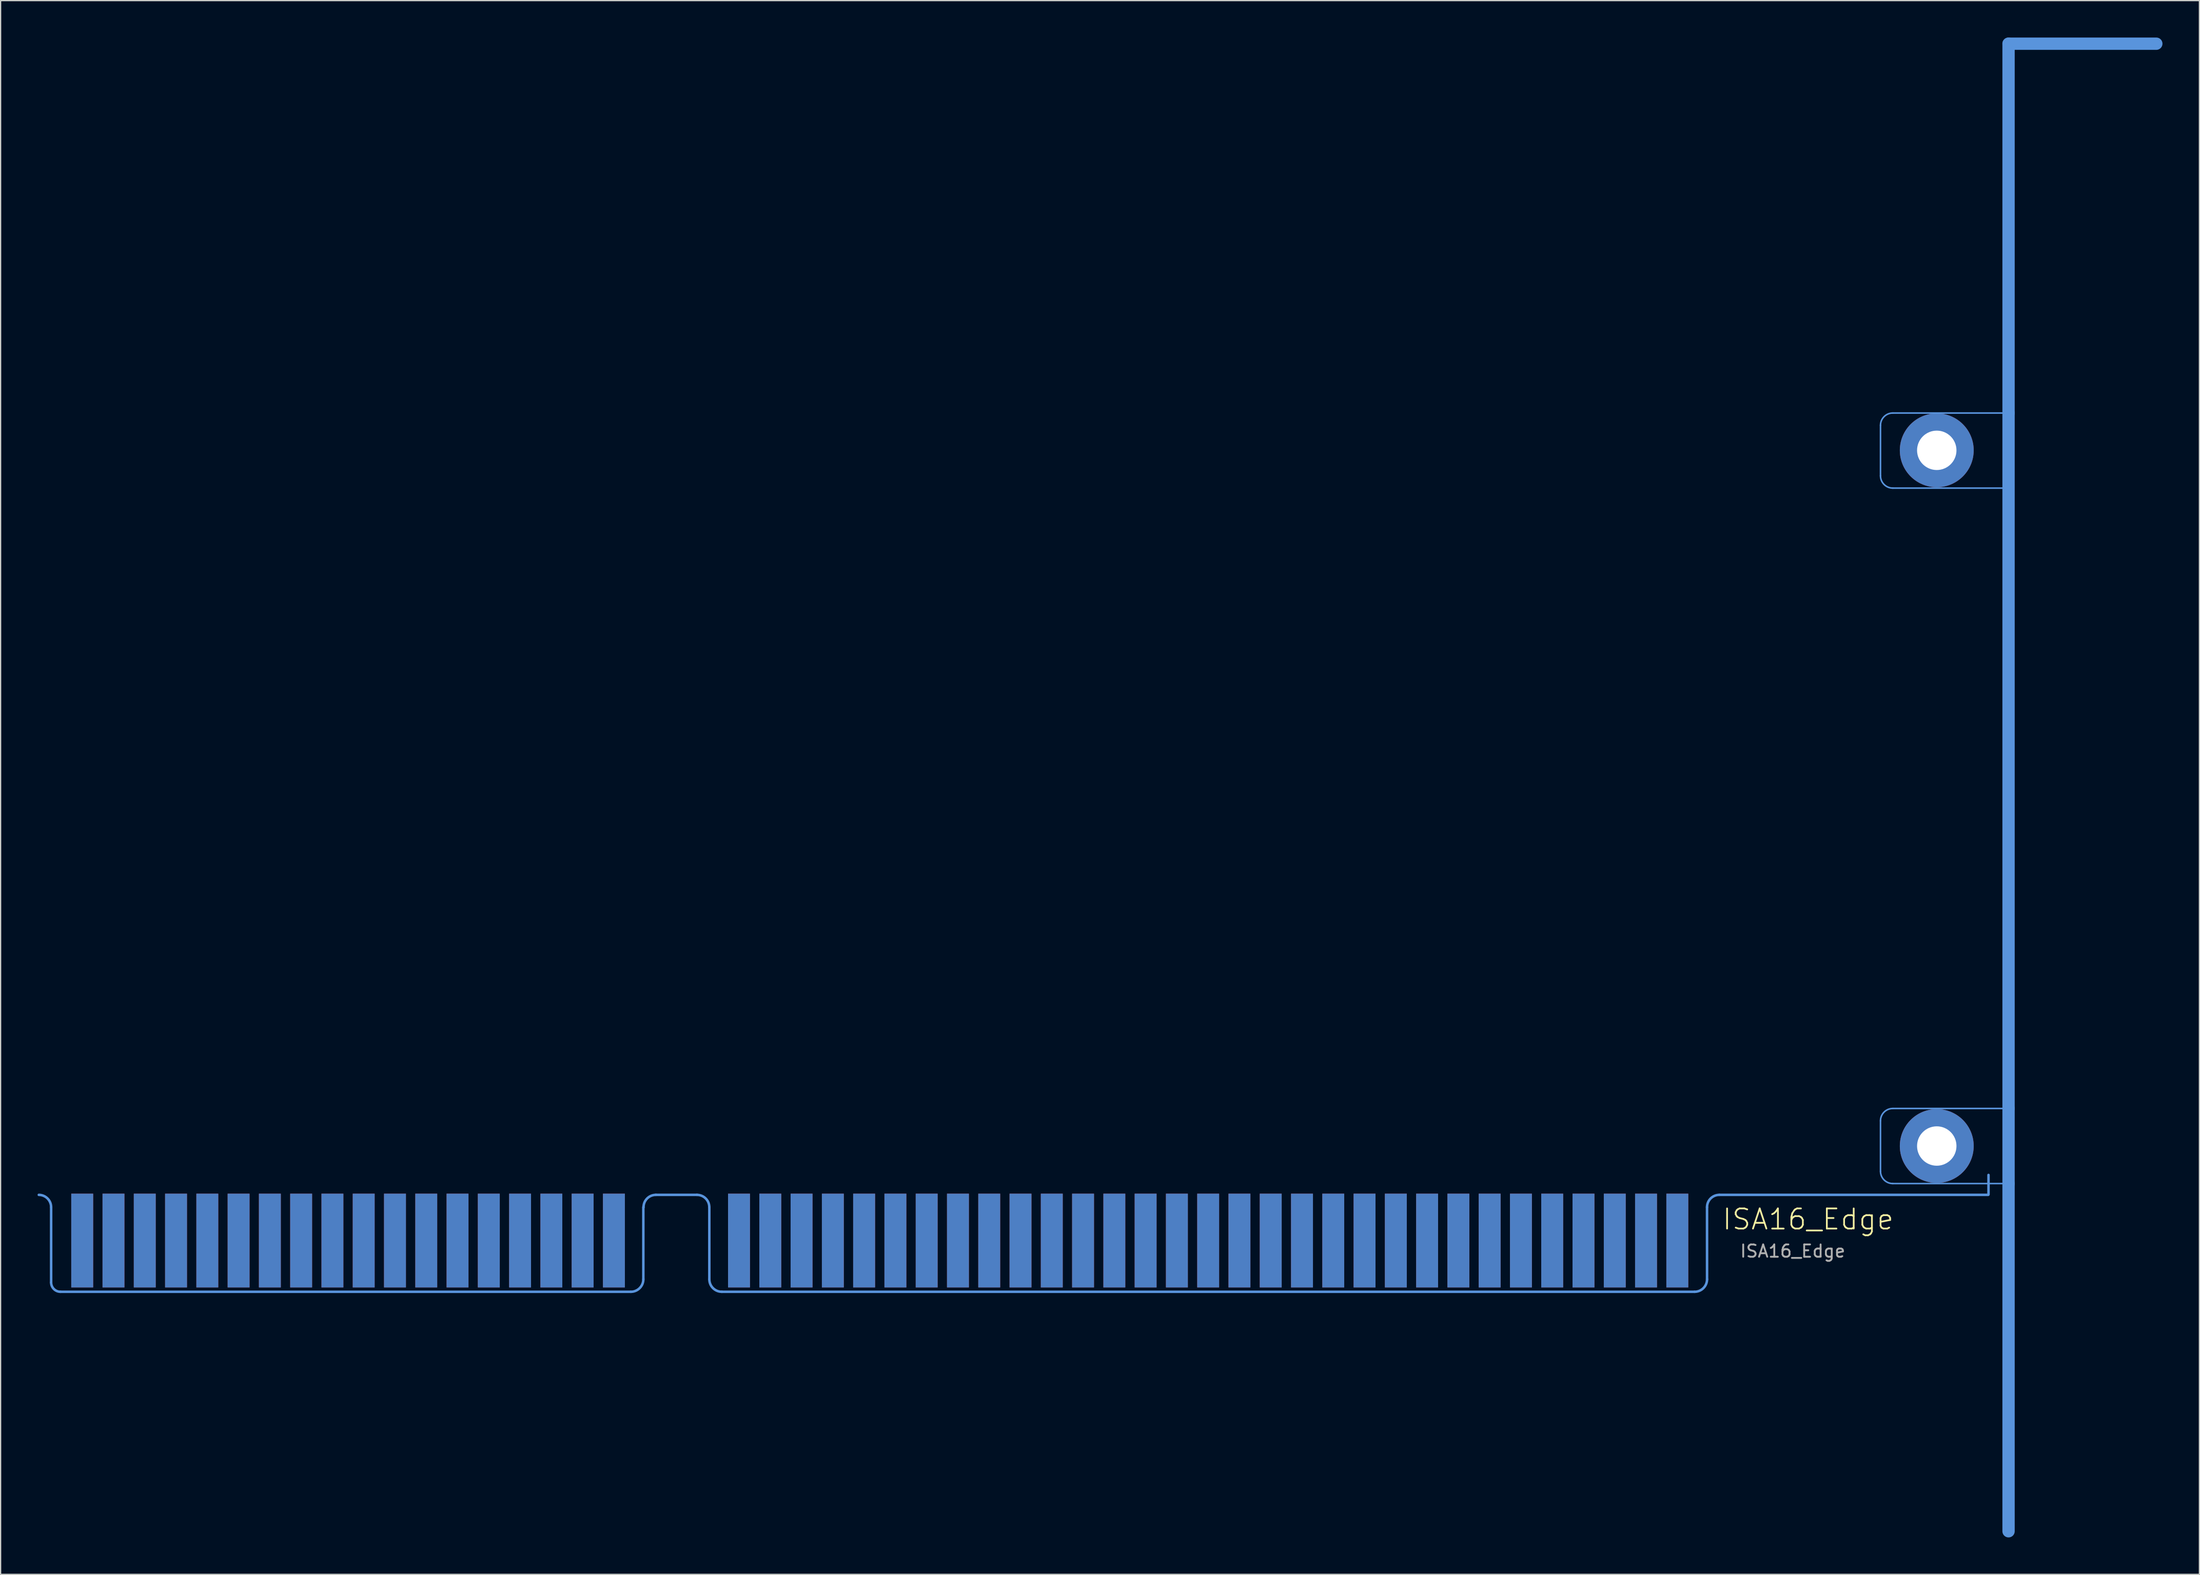
<source format=kicad_pcb>
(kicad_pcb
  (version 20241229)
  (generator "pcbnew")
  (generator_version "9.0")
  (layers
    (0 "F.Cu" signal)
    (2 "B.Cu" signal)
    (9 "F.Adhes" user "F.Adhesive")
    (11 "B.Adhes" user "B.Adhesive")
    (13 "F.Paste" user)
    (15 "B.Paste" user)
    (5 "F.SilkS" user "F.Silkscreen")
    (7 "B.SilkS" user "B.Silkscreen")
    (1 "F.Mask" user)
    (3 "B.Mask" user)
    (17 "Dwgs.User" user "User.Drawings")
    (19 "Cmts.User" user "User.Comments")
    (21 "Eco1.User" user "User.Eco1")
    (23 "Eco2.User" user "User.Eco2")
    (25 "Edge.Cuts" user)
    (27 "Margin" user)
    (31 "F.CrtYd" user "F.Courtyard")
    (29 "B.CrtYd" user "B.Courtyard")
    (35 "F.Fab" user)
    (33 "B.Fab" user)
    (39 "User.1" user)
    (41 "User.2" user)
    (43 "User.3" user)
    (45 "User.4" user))
  (footprint "ISA16_Edge"
    (layer "F.Cu")
    (at 129.968 97.579)
    (property "Reference" "ISA16_Edge" (at 6.756 -0.61 0) (layer "F.SilkS") (effects (font (size 1.636 1.636) (thickness 0.142)) (justify left bottom)))
    (fp_poly (pts (xy -73.764 3.048) (xy -72.24 3.048) (xy -72.24 -3.556) (xy -73.764 -3.556)) (stroke (width 0) (type default)) (fill yes) (layer "F.Mask"))
    (fp_poly (pts (xy -71.224 3.048) (xy -69.7 3.048) (xy -69.7 -3.556) (xy -71.224 -3.556)) (stroke (width 0) (type default)) (fill yes) (layer "F.Mask"))
    (fp_poly (pts (xy -68.684 3.048) (xy -67.16 3.048) (xy -67.16 -3.556) (xy -68.684 -3.556)) (stroke (width 0) (type default)) (fill yes) (layer "F.Mask"))
    (fp_poly (pts (xy -66.144 3.048) (xy -64.62 3.048) (xy -64.62 -3.556) (xy -66.144 -3.556)) (stroke (width 0) (type default)) (fill yes) (layer "F.Mask"))
    (fp_poly (pts (xy -63.604 3.048) (xy -62.08 3.048) (xy -62.08 -3.556) (xy -63.604 -3.556)) (stroke (width 0) (type default)) (fill yes) (layer "F.Mask"))
    (fp_poly (pts (xy -61.064 3.048) (xy -59.54 3.048) (xy -59.54 -3.556) (xy -61.064 -3.556)) (stroke (width 0) (type default)) (fill yes) (layer "F.Mask"))
    (fp_poly (pts (xy -58.524 3.048) (xy -57 3.048) (xy -57 -3.556) (xy -58.524 -3.556)) (stroke (width 0) (type default)) (fill yes) (layer "F.Mask"))
    (fp_poly (pts (xy -55.984 3.048) (xy -54.46 3.048) (xy -54.46 -3.556) (xy -55.984 -3.556)) (stroke (width 0) (type default)) (fill yes) (layer "F.Mask"))
    (fp_poly (pts (xy -53.444 3.048) (xy -51.92 3.048) (xy -51.92 -3.556) (xy -53.444 -3.556)) (stroke (width 0) (type default)) (fill yes) (layer "F.Mask"))
    (fp_poly (pts (xy -50.904 3.048) (xy -49.38 3.048) (xy -49.38 -3.556) (xy -50.904 -3.556)) (stroke (width 0) (type default)) (fill yes) (layer "F.Mask"))
    (fp_poly (pts (xy -48.364 3.048) (xy -46.84 3.048) (xy -46.84 -3.556) (xy -48.364 -3.556)) (stroke (width 0) (type default)) (fill yes) (layer "F.Mask"))
    (fp_poly (pts (xy -45.824 3.048) (xy -44.3 3.048) (xy -44.3 -3.556) (xy -45.824 -3.556)) (stroke (width 0) (type default)) (fill yes) (layer "F.Mask"))
    (fp_poly (pts (xy -43.284 3.048) (xy -41.76 3.048) (xy -41.76 -3.556) (xy -43.284 -3.556)) (stroke (width 0) (type default)) (fill yes) (layer "F.Mask"))
    (fp_poly (pts (xy -40.744 3.048) (xy -39.22 3.048) (xy -39.22 -3.556) (xy -40.744 -3.556)) (stroke (width 0) (type default)) (fill yes) (layer "F.Mask"))
    (fp_poly (pts (xy -38.204 3.048) (xy -36.68 3.048) (xy -36.68 -3.556) (xy -38.204 -3.556)) (stroke (width 0) (type default)) (fill yes) (layer "F.Mask"))
    (fp_poly (pts (xy -35.664 3.048) (xy -34.14 3.048) (xy -34.14 -3.556) (xy -35.664 -3.556)) (stroke (width 0) (type default)) (fill yes) (layer "F.Mask"))
    (fp_poly (pts (xy -33.124 3.048) (xy -31.6 3.048) (xy -31.6 -3.556) (xy -33.124 -3.556)) (stroke (width 0) (type default)) (fill yes) (layer "F.Mask"))
    (fp_poly (pts (xy -30.584 3.048) (xy -29.06 3.048) (xy -29.06 -3.556) (xy -30.584 -3.556)) (stroke (width 0) (type default)) (fill yes) (layer "F.Mask"))
    (fp_poly (pts (xy -28.044 3.048) (xy -26.52 3.048) (xy -26.52 -3.556) (xy -28.044 -3.556)) (stroke (width 0) (type default)) (fill yes) (layer "F.Mask"))
    (fp_poly (pts (xy -25.504 3.048) (xy -23.98 3.048) (xy -23.98 -3.556) (xy -25.504 -3.556)) (stroke (width 0) (type default)) (fill yes) (layer "F.Mask"))
    (fp_poly (pts (xy -22.964 3.048) (xy -21.44 3.048) (xy -21.44 -3.556) (xy -22.964 -3.556)) (stroke (width 0) (type default)) (fill yes) (layer "F.Mask"))
    (fp_poly (pts (xy -20.424 3.048) (xy -18.9 3.048) (xy -18.9 -3.556) (xy -20.424 -3.556)) (stroke (width 0) (type default)) (fill yes) (layer "F.Mask"))
    (fp_poly (pts (xy -17.884 3.048) (xy -16.36 3.048) (xy -16.36 -3.556) (xy -17.884 -3.556)) (stroke (width 0) (type default)) (fill yes) (layer "F.Mask"))
    (fp_poly (pts (xy -15.344 3.048) (xy -13.82 3.048) (xy -13.82 -3.556) (xy -15.344 -3.556)) (stroke (width 0) (type default)) (fill yes) (layer "F.Mask"))
    (fp_poly (pts (xy -12.804 3.048) (xy -11.28 3.048) (xy -11.28 -3.556) (xy -12.804 -3.556)) (stroke (width 0) (type default)) (fill yes) (layer "F.Mask"))
    (fp_poly (pts (xy -10.264 3.048) (xy -8.74 3.048) (xy -8.74 -3.556) (xy -10.264 -3.556)) (stroke (width 0) (type default)) (fill yes) (layer "F.Mask"))
    (fp_poly (pts (xy -7.724 3.048) (xy -6.2 3.048) (xy -6.2 -3.556) (xy -7.724 -3.556)) (stroke (width 0) (type default)) (fill yes) (layer "F.Mask"))
    (fp_poly (pts (xy -5.184 3.048) (xy -3.66 3.048) (xy -3.66 -3.556) (xy -5.184 -3.556)) (stroke (width 0) (type default)) (fill yes) (layer "F.Mask"))
    (fp_poly (pts (xy -2.644 3.048) (xy -1.12 3.048) (xy -1.12 -3.556) (xy -2.644 -3.556)) (stroke (width 0) (type default)) (fill yes) (layer "F.Mask"))
    (fp_poly (pts (xy -0.104 3.048) (xy 1.42 3.048) (xy 1.42 -3.556) (xy -0.104 -3.556)) (stroke (width 0) (type default)) (fill yes) (layer "F.Mask"))
    (fp_poly (pts (xy 2.436 3.048) (xy 3.96 3.048) (xy 3.96 -3.556) (xy 2.436 -3.556)) (stroke (width 0) (type default)) (fill yes) (layer "F.Mask"))
    (fp_poly (pts (xy -128.956 3.81) (xy -128.473 4.394) (xy -81.156 4.398) (xy -80.721 3.708) (xy -80.721 -3.607) (xy -128.956 -3.632)) (stroke (width 0) (type default)) (fill yes) (layer "F.Mask"))
    (fp_poly (pts (xy 5.65 3.689) (xy 4.961 4.378) (xy -74.765 4.378) (xy -75.455 3.689) (xy -75.455 -3.626) (xy 5.65 -3.626)) (stroke (width 0) (type default)) (fill yes) (layer "F.Mask"))
    (fp_poly (pts (xy -73.764 3.048) (xy -72.24 3.048) (xy -72.24 -3.556) (xy -73.764 -3.556)) (stroke (width 0) (type default)) (fill yes) (layer "B.Mask"))
    (fp_poly (pts (xy -71.224 3.048) (xy -69.7 3.048) (xy -69.7 -3.556) (xy -71.224 -3.556)) (stroke (width 0) (type default)) (fill yes) (layer "B.Mask"))
    (fp_poly (pts (xy -68.684 3.048) (xy -67.16 3.048) (xy -67.16 -3.556) (xy -68.684 -3.556)) (stroke (width 0) (type default)) (fill yes) (layer "B.Mask"))
    (fp_poly (pts (xy -66.144 3.048) (xy -64.62 3.048) (xy -64.62 -3.556) (xy -66.144 -3.556)) (stroke (width 0) (type default)) (fill yes) (layer "B.Mask"))
    (fp_poly (pts (xy -63.604 3.048) (xy -62.08 3.048) (xy -62.08 -3.556) (xy -63.604 -3.556)) (stroke (width 0) (type default)) (fill yes) (layer "B.Mask"))
    (fp_poly (pts (xy -61.064 3.048) (xy -59.54 3.048) (xy -59.54 -3.556) (xy -61.064 -3.556)) (stroke (width 0) (type default)) (fill yes) (layer "B.Mask"))
    (fp_poly (pts (xy -58.524 3.048) (xy -57 3.048) (xy -57 -3.556) (xy -58.524 -3.556)) (stroke (width 0) (type default)) (fill yes) (layer "B.Mask"))
    (fp_poly (pts (xy -55.984 3.048) (xy -54.46 3.048) (xy -54.46 -3.556) (xy -55.984 -3.556)) (stroke (width 0) (type default)) (fill yes) (layer "B.Mask"))
    (fp_poly (pts (xy -53.444 3.048) (xy -51.92 3.048) (xy -51.92 -3.556) (xy -53.444 -3.556)) (stroke (width 0) (type default)) (fill yes) (layer "B.Mask"))
    (fp_poly (pts (xy -50.904 3.048) (xy -49.38 3.048) (xy -49.38 -3.556) (xy -50.904 -3.556)) (stroke (width 0) (type default)) (fill yes) (layer "B.Mask"))
    (fp_poly (pts (xy -48.364 3.048) (xy -46.84 3.048) (xy -46.84 -3.556) (xy -48.364 -3.556)) (stroke (width 0) (type default)) (fill yes) (layer "B.Mask"))
    (fp_poly (pts (xy -45.824 3.048) (xy -44.3 3.048) (xy -44.3 -3.556) (xy -45.824 -3.556)) (stroke (width 0) (type default)) (fill yes) (layer "B.Mask"))
    (fp_poly (pts (xy -43.284 3.048) (xy -41.76 3.048) (xy -41.76 -3.556) (xy -43.284 -3.556)) (stroke (width 0) (type default)) (fill yes) (layer "B.Mask"))
    (fp_poly (pts (xy -40.744 3.048) (xy -39.22 3.048) (xy -39.22 -3.556) (xy -40.744 -3.556)) (stroke (width 0) (type default)) (fill yes) (layer "B.Mask"))
    (fp_poly (pts (xy -38.204 3.048) (xy -36.68 3.048) (xy -36.68 -3.556) (xy -38.204 -3.556)) (stroke (width 0) (type default)) (fill yes) (layer "B.Mask"))
    (fp_poly (pts (xy -35.664 3.048) (xy -34.14 3.048) (xy -34.14 -3.556) (xy -35.664 -3.556)) (stroke (width 0) (type default)) (fill yes) (layer "B.Mask"))
    (fp_poly (pts (xy -33.124 3.048) (xy -31.6 3.048) (xy -31.6 -3.556) (xy -33.124 -3.556)) (stroke (width 0) (type default)) (fill yes) (layer "B.Mask"))
    (fp_poly (pts (xy -30.584 3.048) (xy -29.06 3.048) (xy -29.06 -3.556) (xy -30.584 -3.556)) (stroke (width 0) (type default)) (fill yes) (layer "B.Mask"))
    (fp_poly (pts (xy -28.044 3.048) (xy -26.52 3.048) (xy -26.52 -3.556) (xy -28.044 -3.556)) (stroke (width 0) (type default)) (fill yes) (layer "B.Mask"))
    (fp_poly (pts (xy -25.504 3.048) (xy -23.98 3.048) (xy -23.98 -3.556) (xy -25.504 -3.556)) (stroke (width 0) (type default)) (fill yes) (layer "B.Mask"))
    (fp_poly (pts (xy -22.964 3.048) (xy -21.44 3.048) (xy -21.44 -3.556) (xy -22.964 -3.556)) (stroke (width 0) (type default)) (fill yes) (layer "B.Mask"))
    (fp_poly (pts (xy -20.424 3.048) (xy -18.9 3.048) (xy -18.9 -3.556) (xy -20.424 -3.556)) (stroke (width 0) (type default)) (fill yes) (layer "B.Mask"))
    (fp_poly (pts (xy -17.884 3.048) (xy -16.36 3.048) (xy -16.36 -3.556) (xy -17.884 -3.556)) (stroke (width 0) (type default)) (fill yes) (layer "B.Mask"))
    (fp_poly (pts (xy -15.344 3.048) (xy -13.82 3.048) (xy -13.82 -3.556) (xy -15.344 -3.556)) (stroke (width 0) (type default)) (fill yes) (layer "B.Mask"))
    (fp_poly (pts (xy -12.804 3.048) (xy -11.28 3.048) (xy -11.28 -3.556) (xy -12.804 -3.556)) (stroke (width 0) (type default)) (fill yes) (layer "B.Mask"))
    (fp_poly (pts (xy -10.264 3.048) (xy -8.74 3.048) (xy -8.74 -3.556) (xy -10.264 -3.556)) (stroke (width 0) (type default)) (fill yes) (layer "B.Mask"))
    (fp_poly (pts (xy -7.724 3.048) (xy -6.2 3.048) (xy -6.2 -3.556) (xy -7.724 -3.556)) (stroke (width 0) (type default)) (fill yes) (layer "B.Mask"))
    (fp_poly (pts (xy -5.184 3.048) (xy -3.66 3.048) (xy -3.66 -3.556) (xy -5.184 -3.556)) (stroke (width 0) (type default)) (fill yes) (layer "B.Mask"))
    (fp_poly (pts (xy -2.644 3.048) (xy -1.12 3.048) (xy -1.12 -3.556) (xy -2.644 -3.556)) (stroke (width 0) (type default)) (fill yes) (layer "B.Mask"))
    (fp_poly (pts (xy -0.104 3.048) (xy 1.42 3.048) (xy 1.42 -3.556) (xy -0.104 -3.556)) (stroke (width 0) (type default)) (fill yes) (layer "B.Mask"))
    (fp_poly (pts (xy 2.436 3.048) (xy 3.96 3.048) (xy 3.96 -3.556) (xy 2.436 -3.556)) (stroke (width 0) (type default)) (fill yes) (layer "B.Mask"))
    (fp_poly (pts (xy -128.956 3.81) (xy -128.473 4.394) (xy -81.156 4.398) (xy -80.721 3.708) (xy -80.721 -3.607) (xy -128.956 -3.632)) (stroke (width 0) (type default)) (fill yes) (layer "B.Mask"))
    (fp_poly (pts (xy 5.65 3.689) (xy 4.961 4.378) (xy -74.765 4.378) (xy -75.455 3.689) (xy -75.455 -3.626) (xy 5.65 -3.626)) (stroke (width 0) (type default)) (fill yes) (layer "B.Mask"))
    (fp_line (start -128.866 -2.556) (end -128.866 3.556) (stroke (width 0.203) (type solid)) (layer "Cmts.User"))
    (fp_line (start -128.104 4.318) (end -81.788 4.318) (stroke (width 0.203) (type solid)) (layer "Cmts.User"))
    (fp_line (start -80.772 -2.556) (end -80.772 3.302) (stroke (width 0.203) (type solid)) (layer "Cmts.User"))
    (fp_line (start -76.415 -3.556) (end -79.756 -3.556) (stroke (width 0.203) (type default)) (layer "Cmts.User"))
    (fp_line (start -75.413 -2.556) (end -75.413 3.302) (stroke (width 0.203) (type solid)) (layer "Cmts.User"))
    (fp_line (start 4.597 4.318) (end -74.397 4.318) (stroke (width 0.203) (type solid)) (layer "Cmts.User"))
    (fp_line (start 5.611 -2.556) (end 5.613 3.302) (stroke (width 0.203) (type solid)) (layer "Cmts.User"))
    (fp_line (start 19.698 -61.974) (end 19.698 -66.074) (stroke (width 0.127) (type solid)) (layer "Cmts.User"))
    (fp_line (start 19.698 -5.474) (end 19.698 -9.574) (stroke (width 0.127) (type solid)) (layer "Cmts.User"))
    (fp_line (start 20.698 -67.074) (end 30.098 -67.074) (stroke (width 0.127) (type solid)) (layer "Cmts.User"))
    (fp_line (start 20.698 -10.574) (end 30.098 -10.574) (stroke (width 0.127) (type solid)) (layer "Cmts.User"))
    (fp_line (start 28.444 -3.556) (end 6.611 -3.556) (stroke (width 0.203) (type solid)) (layer "Cmts.User"))
    (fp_line (start 28.471 -5.174) (end 28.471 -3.587) (stroke (width 0.203) (type solid)) (layer "Cmts.User"))
    (fp_line (start 29.998 -60.974) (end 20.698 -60.974) (stroke (width 0.127) (type solid)) (layer "Cmts.User"))
    (fp_line (start 30.098 -97.079) (end 42.098 -97.079) (stroke (width 1) (type solid)) (layer "Cmts.User"))
    (fp_line (start 30.098 -67.074) (end 30.098 -97.079) (stroke (width 1) (type solid)) (layer "Cmts.User"))
    (fp_line (start 30.098 -10.574) (end 30.098 -67.074) (stroke (width 1) (type solid)) (layer "Cmts.User"))
    (fp_line (start 30.098 -4.474) (end 20.698 -4.474) (stroke (width 0.127) (type solid)) (layer "Cmts.User"))
    (fp_line (start 30.098 -4.474) (end 30.098 -10.574) (stroke (width 1) (type solid)) (layer "Cmts.User"))
    (fp_line (start 30.098 23.774) (end 30.098 -4.474) (stroke (width 1) (type solid)) (layer "Cmts.User"))
    (fp_arc (start -129.866107 -3.556) (mid -129.159 -3.263107) (end -128.866107 -2.556) (stroke (width 0.2032) (type solid)) (layer "Cmts.User"))
    (fp_arc (start -128.104107 4.318) (mid -128.642922 4.094815) (end -128.866107 3.556) (stroke (width 0.2032) (type default)) (layer "Cmts.User"))
    (fp_arc (start -80.771998 3.302) (mid -81.069578 4.02042) (end -81.787998 4.318) (stroke (width 0.2032) (type default)) (layer "Cmts.User"))
    (fp_arc (start -80.755999 -2.54) (mid -80.468831 -3.257518) (end -79.755999 -3.556128) (stroke (width 0.2032) (type solid)) (layer "Cmts.User"))
    (fp_arc (start -76.415107 -3.556) (mid -75.708 -3.263107) (end -75.415107 -2.556) (stroke (width 0.2032) (type solid)) (layer "Cmts.User"))
    (fp_arc (start -74.3966 4.318) (mid -75.11502 4.02042) (end -75.4126 3.302) (stroke (width 0.2032) (type default)) (layer "Cmts.User"))
    (fp_arc (start 5.610893 -2.556) (mid 5.903786 -3.263107) (end 6.610893 -3.556) (stroke (width 0.2032) (type solid)) (layer "Cmts.User"))
    (fp_arc (start 5.6134 3.302) (mid 5.31582 4.02042) (end 4.5974 4.318) (stroke (width 0.2032) (type default)) (layer "Cmts.User"))
    (fp_arc (start 19.697893 -66.074) (mid 19.990786 -66.781107) (end 20.697893 -67.074) (stroke (width 0.127) (type solid)) (layer "Cmts.User"))
    (fp_arc (start 19.697893 -9.574) (mid 19.990786 -10.281107) (end 20.697893 -10.574) (stroke (width 0.127) (type solid)) (layer "Cmts.User"))
    (fp_arc (start 20.697893 -60.974) (mid 19.990786 -61.266893) (end 19.697893 -61.974) (stroke (width 0.127) (type solid)) (layer "Cmts.User"))
    (fp_arc (start 20.697893 -4.474) (mid 19.990786 -4.766893) (end 19.697893 -5.474) (stroke (width 0.127) (type solid)) (layer "Cmts.User"))
    (fp_text user "${REFERENCE}" (at 12.573 1.016 0) (layer "F.Fab") (effects (font (size 1 1) (thickness 0.15))))
    (pad "1" connect rect (at 3.198 0.156) (size 1.78 7.62) (layers "B.Cu" "B.Mask"))
    (pad "2" connect rect (at 0.658 0.156) (size 1.78 7.62) (layers "B.Cu" "B.Mask"))
    (pad "3" connect rect (at -1.882 0.156) (size 1.78 7.62) (layers "B.Cu" "B.Mask"))
    (pad "4" connect rect (at -4.422 0.156) (size 1.78 7.62) (layers "B.Cu" "B.Mask"))
    (pad "5" connect rect (at -6.962 0.156) (size 1.78 7.62) (layers "B.Cu" "B.Mask"))
    (pad "6" connect rect (at -9.502 0.156) (size 1.78 7.62) (layers "B.Cu" "B.Mask"))
    (pad "7" connect rect (at -12.042 0.156) (size 1.78 7.62) (layers "B.Cu" "B.Mask"))
    (pad "8" connect rect (at -14.582 0.156) (size 1.78 7.62) (layers "B.Cu" "B.Mask"))
    (pad "9" connect rect (at -17.122 0.156) (size 1.78 7.62) (layers "B.Cu" "B.Mask"))
    (pad "10" connect rect (at -19.662 0.156) (size 1.78 7.62) (layers "B.Cu" "B.Mask"))
    (pad "11" connect rect (at -22.202 0.156) (size 1.78 7.62) (layers "B.Cu" "B.Mask"))
    (pad "12" connect rect (at -24.742 0.156) (size 1.78 7.62) (layers "B.Cu" "B.Mask"))
    (pad "13" connect rect (at -27.282 0.156) (size 1.78 7.62) (layers "B.Cu" "B.Mask"))
    (pad "14" connect rect (at -29.822 0.156) (size 1.78 7.62) (layers "B.Cu" "B.Mask"))
    (pad "15" connect rect (at -32.362 0.156) (size 1.78 7.62) (layers "B.Cu" "B.Mask"))
    (pad "16" connect rect (at -34.902 0.156) (size 1.78 7.62) (layers "B.Cu" "B.Mask"))
    (pad "17" connect rect (at -37.442 0.156) (size 1.78 7.62) (layers "B.Cu" "B.Mask"))
    (pad "18" connect rect (at -39.982 0.156) (size 1.78 7.62) (layers "B.Cu" "B.Mask"))
    (pad "19" connect rect (at -42.522 0.156) (size 1.78 7.62) (layers "B.Cu" "B.Mask"))
    (pad "20" connect rect (at -45.062 0.156) (size 1.78 7.62) (layers "B.Cu" "B.Mask"))
    (pad "21" connect rect (at -47.602 0.156) (size 1.78 7.62) (layers "B.Cu" "B.Mask"))
    (pad "22" connect rect (at -50.142 0.156) (size 1.78 7.62) (layers "B.Cu" "B.Mask"))
    (pad "23" connect rect (at -52.682 0.156) (size 1.78 7.62) (layers "B.Cu" "B.Mask"))
    (pad "24" connect rect (at -55.222 0.156) (size 1.78 7.62) (layers "B.Cu" "B.Mask"))
    (pad "25" connect rect (at -57.762 0.156) (size 1.78 7.62) (layers "B.Cu" "B.Mask"))
    (pad "26" connect rect (at -60.302 0.156) (size 1.78 7.62) (layers "B.Cu" "B.Mask"))
    (pad "27" connect rect (at -62.842 0.156) (size 1.78 7.62) (layers "B.Cu" "B.Mask"))
    (pad "28" connect rect (at -65.382 0.156) (size 1.78 7.62) (layers "B.Cu" "B.Mask"))
    (pad "29" connect rect (at -67.922 0.156) (size 1.78 7.62) (layers "B.Cu" "B.Mask"))
    (pad "30" connect rect (at -70.462 0.156) (size 1.78 7.62) (layers "B.Cu" "B.Mask"))
    (pad "31" connect rect (at -73.002 0.156) (size 1.78 7.62) (layers "B.Cu" "B.Mask"))
    (pad "32" connect rect (at 3.198 0.156) (size 1.78 7.62) (layers "F.Cu" "F.Mask"))
    (pad "33" connect rect (at 0.658 0.156) (size 1.78 7.62) (layers "F.Cu" "F.Mask"))
    (pad "34" connect rect (at -1.882 0.156) (size 1.78 7.62) (layers "F.Cu" "F.Mask"))
    (pad "35" connect rect (at -4.422 0.156) (size 1.78 7.62) (layers "F.Cu" "F.Mask"))
    (pad "36" connect rect (at -6.962 0.156) (size 1.78 7.62) (layers "F.Cu" "F.Mask"))
    (pad "37" connect rect (at -9.502 0.156) (size 1.78 7.62) (layers "F.Cu" "F.Mask"))
    (pad "38" connect rect (at -12.042 0.156) (size 1.78 7.62) (layers "F.Cu" "F.Mask"))
    (pad "39" connect rect (at -14.582 0.156) (size 1.78 7.62) (layers "F.Cu" "F.Mask"))
    (pad "40" connect rect (at -17.122 0.156) (size 1.78 7.62) (layers "F.Cu" "F.Mask"))
    (pad "41" connect rect (at -19.662 0.156) (size 1.78 7.62) (layers "F.Cu" "F.Mask"))
    (pad "42" connect rect (at -22.202 0.156) (size 1.78 7.62) (layers "F.Cu" "F.Mask"))
    (pad "43" connect rect (at -24.742 0.156) (size 1.78 7.62) (layers "F.Cu" "F.Mask"))
    (pad "44" connect rect (at -27.282 0.156) (size 1.78 7.62) (layers "F.Cu" "F.Mask"))
    (pad "45" connect rect (at -29.822 0.156) (size 1.78 7.62) (layers "F.Cu" "F.Mask"))
    (pad "46" connect rect (at -32.362 0.156) (size 1.78 7.62) (layers "F.Cu" "F.Mask"))
    (pad "47" connect rect (at -34.902 0.156) (size 1.78 7.62) (layers "F.Cu" "F.Mask"))
    (pad "48" connect rect (at -37.442 0.156) (size 1.78 7.62) (layers "F.Cu" "F.Mask"))
    (pad "49" connect rect (at -39.982 0.156) (size 1.78 7.62) (layers "F.Cu" "F.Mask"))
    (pad "50" connect rect (at -42.522 0.156) (size 1.78 7.62) (layers "F.Cu" "F.Mask"))
    (pad "51" connect rect (at -45.062 0.156) (size 1.78 7.62) (layers "F.Cu" "F.Mask"))
    (pad "52" connect rect (at -47.602 0.156) (size 1.78 7.62) (layers "F.Cu" "F.Mask"))
    (pad "53" connect rect (at -50.142 0.156) (size 1.78 7.62) (layers "F.Cu" "F.Mask"))
    (pad "54" connect rect (at -52.682 0.156) (size 1.78 7.62) (layers "F.Cu" "F.Mask"))
    (pad "55" connect rect (at -55.222 0.156) (size 1.78 7.62) (layers "F.Cu" "F.Mask"))
    (pad "56" connect rect (at -57.762 0.156) (size 1.78 7.62) (layers "F.Cu" "F.Mask"))
    (pad "57" connect rect (at -60.302 0.156) (size 1.78 7.62) (layers "F.Cu" "F.Mask"))
    (pad "58" connect rect (at -62.842 0.156) (size 1.78 7.62) (layers "F.Cu" "F.Mask"))
    (pad "59" connect rect (at -65.382 0.156) (size 1.78 7.62) (layers "F.Cu" "F.Mask"))
    (pad "60" connect rect (at -67.922 0.156) (size 1.78 7.62) (layers "F.Cu" "F.Mask"))
    (pad "61" connect rect (at -70.462 0.156) (size 1.78 7.62) (layers "F.Cu" "F.Mask"))
    (pad "62" connect rect (at -73.002 0.156) (size 1.78 7.62) (layers "F.Cu" "F.Mask"))
    (pad "63" connect rect (at -83.162 0.156) (size 1.78 7.62) (layers "B.Cu" "B.Mask"))
    (pad "64" connect rect (at -85.702 0.156) (size 1.78 7.62) (layers "B.Cu" "B.Mask"))
    (pad "65" connect rect (at -88.242 0.156) (size 1.78 7.62) (layers "B.Cu" "B.Mask"))
    (pad "66" connect rect (at -90.782 0.156) (size 1.78 7.62) (layers "B.Cu" "B.Mask"))
    (pad "67" connect rect (at -93.322 0.156) (size 1.78 7.62) (layers "B.Cu" "B.Mask"))
    (pad "68" connect rect (at -95.862 0.156) (size 1.78 7.62) (layers "B.Cu" "B.Mask"))
    (pad "69" connect rect (at -98.402 0.156) (size 1.78 7.62) (layers "B.Cu" "B.Mask"))
    (pad "70" connect rect (at -100.942 0.156) (size 1.78 7.62) (layers "B.Cu" "B.Mask"))
    (pad "71" connect rect (at -103.482 0.156) (size 1.78 7.62) (layers "B.Cu" "B.Mask"))
    (pad "72" connect rect (at -106.022 0.156) (size 1.78 7.62) (layers "B.Cu" "B.Mask"))
    (pad "73" connect rect (at -108.562 0.156) (size 1.78 7.62) (layers "B.Cu" "B.Mask"))
    (pad "74" connect rect (at -111.102 0.156) (size 1.78 7.62) (layers "B.Cu" "B.Mask"))
    (pad "75" connect rect (at -113.642 0.156) (size 1.78 7.62) (layers "B.Cu" "B.Mask"))
    (pad "76" connect rect (at -116.182 0.156) (size 1.78 7.62) (layers "B.Cu" "B.Mask"))
    (pad "77" connect rect (at -118.722 0.156) (size 1.78 7.62) (layers "B.Cu" "B.Mask"))
    (pad "78" connect rect (at -121.262 0.156) (size 1.78 7.62) (layers "B.Cu" "B.Mask"))
    (pad "79" connect rect (at -123.802 0.156) (size 1.78 7.62) (layers "B.Cu" "B.Mask"))
    (pad "80" connect rect (at -126.342 0.156) (size 1.78 7.62) (layers "B.Cu" "B.Mask"))
    (pad "81" connect rect (at -83.162 0.156) (size 1.78 7.62) (layers "F.Cu" "F.Mask"))
    (pad "82" connect rect (at -85.702 0.156) (size 1.78 7.62) (layers "F.Cu" "F.Mask"))
    (pad "83" connect rect (at -88.242 0.156) (size 1.78 7.62) (layers "F.Cu" "F.Mask"))
    (pad "84" connect rect (at -90.782 0.156) (size 1.78 7.62) (layers "F.Cu" "F.Mask"))
    (pad "85" connect rect (at -93.322 0.156) (size 1.78 7.62) (layers "F.Cu" "F.Mask"))
    (pad "86" connect rect (at -95.862 0.156) (size 1.78 7.62) (layers "F.Cu" "F.Mask"))
    (pad "87" connect rect (at -98.402 0.156) (size 1.78 7.62) (layers "F.Cu" "F.Mask"))
    (pad "88" connect rect (at -100.942 0.156) (size 1.78 7.62) (layers "F.Cu" "F.Mask"))
    (pad "89" connect rect (at -103.482 0.156) (size 1.78 7.62) (layers "F.Cu" "F.Mask"))
    (pad "90" connect rect (at -106.022 0.156) (size 1.78 7.62) (layers "F.Cu" "F.Mask"))
    (pad "91" connect rect (at -108.562 0.156) (size 1.78 7.62) (layers "F.Cu" "F.Mask"))
    (pad "92" connect rect (at -111.102 0.156) (size 1.78 7.62) (layers "F.Cu" "F.Mask"))
    (pad "93" connect rect (at -113.642 0.156) (size 1.78 7.62) (layers "F.Cu" "F.Mask"))
    (pad "94" connect rect (at -116.182 0.156) (size 1.78 7.62) (layers "F.Cu" "F.Mask"))
    (pad "95" connect rect (at -118.722 0.156) (size 1.78 7.62) (layers "F.Cu" "F.Mask"))
    (pad "96" connect rect (at -121.262 0.156) (size 1.78 7.62) (layers "F.Cu" "F.Mask"))
    (pad "97" connect rect (at -123.802 0.156) (size 1.78 7.62) (layers "F.Cu" "F.Mask"))
    (pad "98" connect rect (at -126.342 0.156) (size 1.78 7.62) (layers "F.Cu" "F.Mask"))
    (pad "H1" thru_hole circle (at 24.268 -7.524) (size 6 6) (drill 3.2) (layers "*.Cu" "*.Mask"))
    (pad "H2" thru_hole circle (at 24.268 -64.044) (size 6 6) (drill 3.2) (layers "*.Cu" "*.Mask")))
  (gr_rect
    (start -3 -3)
    (end 175.566 124.853)
    (stroke (width 0.1) (type default))
    (fill no)
    (layer "Edge.Cuts")))
</source>
